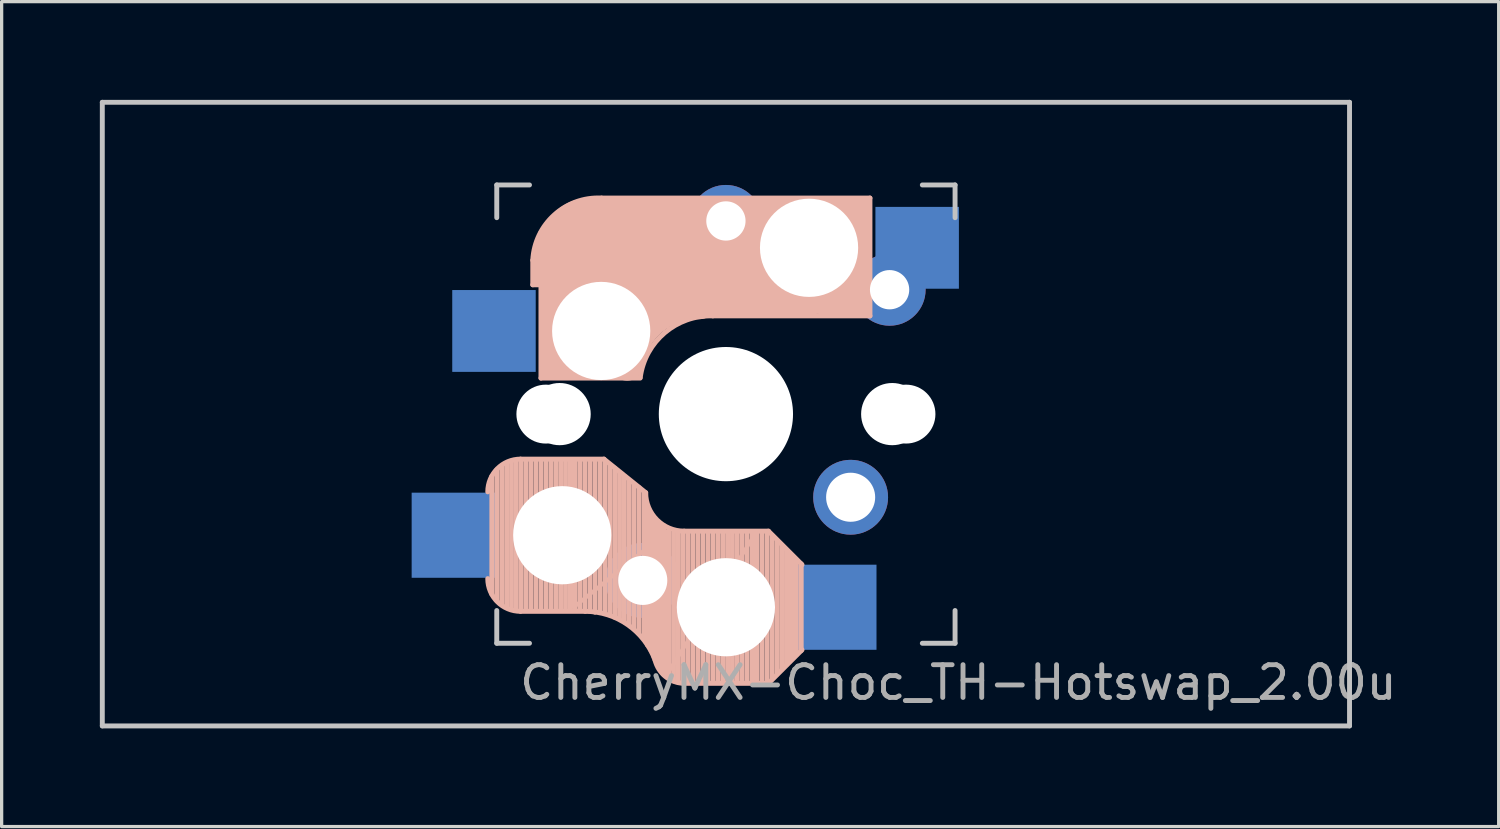
<source format=kicad_pcb>
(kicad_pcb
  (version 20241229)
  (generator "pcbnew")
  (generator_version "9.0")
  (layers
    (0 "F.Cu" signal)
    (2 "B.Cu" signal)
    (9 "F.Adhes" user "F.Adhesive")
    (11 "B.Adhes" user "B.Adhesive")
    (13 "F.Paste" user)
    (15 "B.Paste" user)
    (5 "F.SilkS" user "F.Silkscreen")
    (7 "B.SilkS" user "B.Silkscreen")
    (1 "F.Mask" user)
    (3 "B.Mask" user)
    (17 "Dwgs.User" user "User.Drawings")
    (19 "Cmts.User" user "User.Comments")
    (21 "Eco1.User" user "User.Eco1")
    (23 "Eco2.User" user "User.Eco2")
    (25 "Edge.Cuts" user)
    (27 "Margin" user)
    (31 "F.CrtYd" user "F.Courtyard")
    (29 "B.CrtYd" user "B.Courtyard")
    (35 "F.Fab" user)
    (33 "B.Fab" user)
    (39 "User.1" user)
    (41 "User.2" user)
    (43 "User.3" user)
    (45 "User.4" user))
  (footprint "CherryMX-Choc_TH-Hotswap_2.00u"
    (layer "F.Cu")
    (at 19.125 9.6)
    (property "Reference" "CherryMX-Choc_TH-Hotswap_2.00u" (at 7.1 8.2 0) (layer "F.Fab") (effects (font (size 1 1) (thickness 0.15))))
    (attr through_hole)
    (fp_line (start -7.15 5.5) (end -7.15 1.9) (stroke (width 0.15) (type solid)) (layer "B.SilkS"))
    (fp_line (start -7 5.7) (end -7 1.7) (stroke (width 0.15) (type solid)) (layer "B.SilkS"))
    (fp_line (start -6.85 5.8) (end -6.85 1.6) (stroke (width 0.15) (type solid)) (layer "B.SilkS"))
    (fp_line (start -6.7 5.9) (end -6.7 1.5) (stroke (width 0.15) (type solid)) (layer "B.SilkS"))
    (fp_line (start -6.55 5.95) (end -6.55 1.45) (stroke (width 0.15) (type solid)) (layer "B.SilkS"))
    (fp_line (start -6.4 6) (end -6.4 1.45) (stroke (width 0.15) (type solid)) (layer "B.SilkS"))
    (fp_line (start -6.25 6) (end -6.25 1.4) (stroke (width 0.15) (type solid)) (layer "B.SilkS"))
    (fp_line (start -6.1 6) (end -6.1 1.4) (stroke (width 0.15) (type solid)) (layer "B.SilkS"))
    (fp_line (start -5.95 6) (end -5.95 1.4) (stroke (width 0.15) (type solid)) (layer "B.SilkS"))
    (fp_line (start -5.9 -4.7) (end -5.9 -3.95) (stroke (width 0.15) (type solid)) (layer "B.SilkS"))
    (fp_line (start -5.9 -3.95) (end -5.7 -3.95) (stroke (width 0.15) (type solid)) (layer "B.SilkS"))
    (fp_line (start -5.8 -4.05) (end -5.8 -4.7) (stroke (width 0.3) (type solid)) (layer "B.SilkS"))
    (fp_line (start -5.8 6) (end -5.8 1.4) (stroke (width 0.15) (type solid)) (layer "B.SilkS"))
    (fp_line (start -5.65 -5.55) (end -5.65 -1.1) (stroke (width 0.15) (type solid)) (layer "B.SilkS"))
    (fp_line (start -5.65 -1.1) (end -2.62 -1.1) (stroke (width 0.15) (type solid)) (layer "B.SilkS"))
    (fp_line (start -5.65 6) (end -5.65 1.4) (stroke (width 0.15) (type solid)) (layer "B.SilkS"))
    (fp_line (start -5.5 6) (end -5.5 1.4) (stroke (width 0.15) (type solid)) (layer "B.SilkS"))
    (fp_line (start -5.45 -1.3) (end -3 -1.3) (stroke (width 0.5) (type solid)) (layer "B.SilkS"))
    (fp_line (start -5.35 6) (end -5.35 1.4) (stroke (width 0.15) (type solid)) (layer "B.SilkS"))
    (fp_line (start -5.3 -1.6) (end -5.3 -3.4) (stroke (width 0.8) (type solid)) (layer "B.SilkS"))
    (fp_line (start -5.2 6) (end -5.2 1.4) (stroke (width 0.15) (type solid)) (layer "B.SilkS"))
    (fp_line (start -5.05 6) (end -5.05 1.4) (stroke (width 0.15) (type solid)) (layer "B.SilkS"))
    (fp_line (start -4.9 6) (end -4.9 1.4) (stroke (width 0.15) (type solid)) (layer "B.SilkS"))
    (fp_line (start -4.75 6) (end -4.75 1.4) (stroke (width 0.15) (type solid)) (layer "B.SilkS"))
    (fp_line (start -4.65 5.9) (end -4.65 1.4) (stroke (width 0.12) (type solid)) (layer "B.SilkS"))
    (fp_line (start -4.6 6) (end -4.6 1.4) (stroke (width 0.15) (type solid)) (layer "B.SilkS"))
    (fp_line (start -4.45 6) (end -4.45 1.4) (stroke (width 0.15) (type solid)) (layer "B.SilkS"))
    (fp_line (start -4.3 6) (end -4.3 1.4) (stroke (width 0.15) (type solid)) (layer "B.SilkS"))
    (fp_line (start -4.3 6.025) (end -6.275 6.025) (stroke (width 0.15) (type solid)) (layer "B.SilkS"))
    (fp_line (start -4.17 -5.1) (end -4.17 -2.86) (stroke (width 3) (type solid)) (layer "B.SilkS"))
    (fp_line (start -4.15 6) (end -4.15 1.45) (stroke (width 0.15) (type solid)) (layer "B.SilkS"))
    (fp_line (start -4 6.05) (end -4 1.4) (stroke (width 0.15) (type solid)) (layer "B.SilkS"))
    (fp_line (start -3.85 6.05) (end -3.85 1.4) (stroke (width 0.15) (type solid)) (layer "B.SilkS"))
    (fp_line (start -3.725 1.375) (end -6.275 1.375) (stroke (width 0.15) (type solid)) (layer "B.SilkS"))
    (fp_line (start -3.725 1.375) (end -2.45 2.4) (stroke (width 0.15) (type solid)) (layer "B.SilkS"))
    (fp_line (start -3.7 6.05) (end -3.7 1.45) (stroke (width 0.15) (type solid)) (layer "B.SilkS"))
    (fp_line (start -3.55 6.1) (end -3.55 1.55) (stroke (width 0.15) (type solid)) (layer "B.SilkS"))
    (fp_line (start -3.4 6.2) (end -3.4 1.65) (stroke (width 0.15) (type solid)) (layer "B.SilkS"))
    (fp_line (start -3.25 6.25) (end -3.25 1.8) (stroke (width 0.15) (type solid)) (layer "B.SilkS"))
    (fp_line (start -3.1 6.35) (end -3.1 1.9) (stroke (width 0.15) (type solid)) (layer "B.SilkS"))
    (fp_line (start -2.95 6.45) (end -2.95 2.05) (stroke (width 0.15) (type solid)) (layer "B.SilkS"))
    (fp_line (start -2.8 6.55) (end -2.8 2.15) (stroke (width 0.15) (type solid)) (layer "B.SilkS"))
    (fp_line (start -2.65 6.7) (end -2.65 2.25) (stroke (width 0.15) (type solid)) (layer "B.SilkS"))
    (fp_line (start -2.5 6.85) (end -2.5 2.4) (stroke (width 0.15) (type solid)) (layer "B.SilkS"))
    (fp_line (start -2.4 7.05) (end -2.4 2.9) (stroke (width 0.15) (type solid)) (layer "B.SilkS"))
    (fp_line (start -2.3 7.2) (end -2.3 3.05) (stroke (width 0.15) (type solid)) (layer "B.SilkS"))
    (fp_line (start -2.2 7.4) (end -2.2 3.25) (stroke (width 0.15) (type solid)) (layer "B.SilkS"))
    (fp_line (start -2.1 7.55) (end -2.1 3.35) (stroke (width 0.15) (type solid)) (layer "B.SilkS"))
    (fp_line (start -2 7.8) (end -2 3.4) (stroke (width 0.15) (type solid)) (layer "B.SilkS"))
    (fp_line (start -1.9 7.95) (end -1.9 3.45) (stroke (width 0.15) (type solid)) (layer "B.SilkS"))
    (fp_line (start -1.8 3.6) (end -4.65 5.9) (stroke (width 0.12) (type solid)) (layer "B.SilkS"))
    (fp_line (start -1.8 7.95) (end -1.8 3.6) (stroke (width 0.12) (type solid)) (layer "B.SilkS"))
    (fp_line (start -1.75 8.05) (end -1.75 3.5) (stroke (width 0.15) (type solid)) (layer "B.SilkS"))
    (fp_line (start -1.6 8.15) (end -1.6 3.6) (stroke (width 0.15) (type solid)) (layer "B.SilkS"))
    (fp_line (start -1.45 8.2) (end -1.45 3.6) (stroke (width 0.15) (type solid)) (layer "B.SilkS"))
    (fp_line (start -1.3 8.2) (end -1.3 3.6) (stroke (width 0.15) (type solid)) (layer "B.SilkS"))
    (fp_line (start -1.15 8.2) (end -1.15 3.65) (stroke (width 0.15) (type solid)) (layer "B.SilkS"))
    (fp_line (start -1 8.2) (end -1 3.6) (stroke (width 0.15) (type solid)) (layer "B.SilkS"))
    (fp_line (start -0.85 8.2) (end -0.85 3.6) (stroke (width 0.15) (type solid)) (layer "B.SilkS"))
    (fp_line (start -0.7 8.2) (end -0.7 3.6) (stroke (width 0.15) (type solid)) (layer "B.SilkS"))
    (fp_line (start -0.55 8.2) (end -0.55 3.6) (stroke (width 0.15) (type solid)) (layer "B.SilkS"))
    (fp_line (start -0.4 -3) (end 4.4 -3) (stroke (width 0.15) (type solid)) (layer "B.SilkS"))
    (fp_line (start -0.4 8.2) (end -0.4 3.6) (stroke (width 0.15) (type solid)) (layer "B.SilkS"))
    (fp_line (start -0.25 8.2) (end -0.25 3.6) (stroke (width 0.15) (type solid)) (layer "B.SilkS"))
    (fp_line (start -0.1 8.2) (end -0.1 3.6) (stroke (width 0.15) (type solid)) (layer "B.SilkS"))
    (fp_line (start 0.05 8.2) (end 0.05 3.6) (stroke (width 0.15) (type solid)) (layer "B.SilkS"))
    (fp_line (start 0.2 8.2) (end 0.2 3.6) (stroke (width 0.15) (type solid)) (layer "B.SilkS"))
    (fp_line (start 0.35 8.2) (end 0.35 3.6) (stroke (width 0.15) (type solid)) (layer "B.SilkS"))
    (fp_line (start 0.5 8.2) (end 0.5 3.6) (stroke (width 0.15) (type solid)) (layer "B.SilkS"))
    (fp_line (start 0.65 8.2) (end 0.65 3.6) (stroke (width 0.15) (type solid)) (layer "B.SilkS"))
    (fp_line (start 0.8 8.2) (end 0.8 3.6) (stroke (width 0.15) (type solid)) (layer "B.SilkS"))
    (fp_line (start 0.9 3.65) (end -1.8 7.95) (stroke (width 0.12) (type solid)) (layer "B.SilkS"))
    (fp_line (start 0.9 8.1) (end 0.9 3.65) (stroke (width 0.12) (type solid)) (layer "B.SilkS"))
    (fp_line (start 0.95 8.2) (end 0.95 3.6) (stroke (width 0.15) (type solid)) (layer "B.SilkS"))
    (fp_line (start 1.1 8.2) (end 1.1 3.6) (stroke (width 0.15) (type solid)) (layer "B.SilkS"))
    (fp_line (start 1.25 8.2) (end 1.25 3.6) (stroke (width 0.15) (type solid)) (layer "B.SilkS"))
    (fp_line (start 1.3 3.575) (end -1.275 3.575) (stroke (width 0.15) (type solid)) (layer "B.SilkS"))
    (fp_line (start 1.3 3.575) (end 2.325 4.6) (stroke (width 0.15) (type solid)) (layer "B.SilkS"))
    (fp_line (start 1.3 8.225) (end -1.3 8.225) (stroke (width 0.15) (type solid)) (layer "B.SilkS"))
    (fp_line (start 1.3 8.225) (end 2.325 7.2) (stroke (width 0.15) (type solid)) (layer "B.SilkS"))
    (fp_line (start 1.4 8.1) (end 1.4 3.7) (stroke (width 0.15) (type solid)) (layer "B.SilkS"))
    (fp_line (start 1.55 7.95) (end 1.55 3.85) (stroke (width 0.15) (type solid)) (layer "B.SilkS"))
    (fp_line (start 1.7 7.8) (end 1.7 4) (stroke (width 0.15) (type solid)) (layer "B.SilkS"))
    (fp_line (start 1.85 7.65) (end 1.85 4.15) (stroke (width 0.15) (type solid)) (layer "B.SilkS"))
    (fp_line (start 1.95 7.55) (end 1.95 4.25) (stroke (width 0.15) (type solid)) (layer "B.SilkS"))
    (fp_line (start 2.05 7.45) (end 2.05 4.35) (stroke (width 0.15) (type solid)) (layer "B.SilkS"))
    (fp_line (start 2.15 7.35) (end 2.15 4.45) (stroke (width 0.15) (type solid)) (layer "B.SilkS"))
    (fp_line (start 2.3 4.575) (end 2.3 7.225) (stroke (width 0.15) (type solid)) (layer "B.SilkS"))
    (fp_line (start 2.6 -4.8) (end -4.1 -4.8) (stroke (width 3.5) (type solid)) (layer "B.SilkS"))
    (fp_line (start 3.9 -6) (end 3.9 -3.5) (stroke (width 1) (type solid)) (layer "B.SilkS"))
    (fp_line (start 4.2 -3.25) (end 2.9 -3.3) (stroke (width 0.5) (type solid)) (layer "B.SilkS"))
    (fp_line (start 4.25 -6.4) (end 3 -6.4) (stroke (width 0.4) (type solid)) (layer "B.SilkS"))
    (fp_line (start 4.38 -4) (end 4.38 -6.25) (stroke (width 0.15) (type solid)) (layer "B.SilkS"))
    (fp_line (start 4.4 -6.6) (end -3.8 -6.6) (stroke (width 0.15) (type solid)) (layer "B.SilkS"))
    (fp_line (start 4.4 -3) (end 4.4 -6.6) (stroke (width 0.15) (type solid)) (layer "B.SilkS"))
    (fp_arc (start -7.275 2.375) (mid -6.982107 1.667893) (end -6.275 1.375) (stroke (width 0.15) (type solid)) (layer "B.SilkS"))
    (fp_arc (start -6.275 6.025) (mid -6.982107 5.732107) (end -7.275 5.025) (stroke (width 0.15) (type solid)) (layer "B.SilkS"))
    (fp_arc (start -5.9 -4.699999) (mid -5.243504 -6.084924) (end -3.800001 -6.6) (stroke (width 0.15) (type solid)) (layer "B.SilkS"))
    (fp_arc (start -4.3 6.025) (mid -2.995114 6.436429) (end -2.162199 7.521904) (stroke (width 0.15) (type solid)) (layer "B.SilkS"))
    (fp_arc (start -3.016318 -1.521471) (mid -2.268709 -2.886118) (end -0.8 -3.4) (stroke (width 1) (type solid)) (layer "B.SilkS"))
    (fp_arc (start -2.616318 -1.121471) (mid -1.868709 -2.486118) (end -0.4 -3) (stroke (width 0.15) (type solid)) (layer "B.SilkS"))
    (fp_arc (start -1.300995 8.223791) (mid -1.848284 8.016021) (end -2.162199 7.521904) (stroke (width 0.15) (type solid)) (layer "B.SilkS"))
    (fp_arc (start -1.275 3.575) (mid -2.10585 3.23085) (end -2.45 2.4) (stroke (width 0.15) (type solid)) (layer "B.SilkS"))
    (fp_line (start -19.05 -9.525) (end 19.05 -9.525) (stroke (width 0.15) (type solid)) (layer "Dwgs.User"))
    (fp_line (start -19.05 9.525) (end -19.05 -9.525) (stroke (width 0.15) (type solid)) (layer "Dwgs.User"))
    (fp_line (start -7 -7) (end -6 -7) (stroke (width 0.15) (type solid)) (layer "Dwgs.User"))
    (fp_line (start -7 -6) (end -7 -7) (stroke (width 0.15) (type solid)) (layer "Dwgs.User"))
    (fp_line (start -7 6) (end -7 7) (stroke (width 0.15) (type solid)) (layer "Dwgs.User"))
    (fp_line (start -7 7) (end -6 7) (stroke (width 0.15) (type solid)) (layer "Dwgs.User"))
    (fp_line (start 6 7) (end 7 7) (stroke (width 0.15) (type solid)) (layer "Dwgs.User"))
    (fp_line (start 7 -7) (end 6 -7) (stroke (width 0.15) (type solid)) (layer "Dwgs.User"))
    (fp_line (start 7 -7) (end 7 -6) (stroke (width 0.15) (type solid)) (layer "Dwgs.User"))
    (fp_line (start 7 7) (end 7 6) (stroke (width 0.15) (type solid)) (layer "Dwgs.User"))
    (fp_line (start 19.05 -9.525) (end 19.05 9.525) (stroke (width 0.15) (type solid)) (layer "Dwgs.User"))
    (fp_line (start 19.05 9.525) (end -19.05 9.525) (stroke (width 0.15) (type solid)) (layer "Dwgs.User"))
    (pad "" np_thru_hole circle (at -5.5 0) (size 1.8 1.8) (drill 1.8) (layers "*.Cu" "*.Mask"))
    (pad "" np_thru_hole circle (at -5.22 4.2) (size 1.2 1.2) (drill 1.2) (layers "*.Cu" "*.Mask"))
    (pad "" np_thru_hole circle (at -5.08 0) (size 1.9 1.9) (drill 1.9) (layers "*.Cu" "*.Mask"))
    (pad "" np_thru_hole circle (at -5 3.7 90) (size 3 3) (drill 3) (layers "*.Cu" "*.Mask"))
    (pad "" np_thru_hole circle (at -3.81 -2.54) (size 3 3) (drill 3) (layers "*.Cu" "*.Mask"))
    (pad "" np_thru_hole circle (at 0 0) (size 3.2 3.2) (drill 3.2) (layers "*.Cu" "*.Mask"))
    (pad "" np_thru_hole circle (at 0 0 90) (size 4.1 4.1) (drill 4.1) (layers "*.Cu" "*.Mask"))
    (pad "" np_thru_hole circle (at 0 5.9 90) (size 3 3) (drill 3) (layers "*.Cu" "*.Mask"))
    (pad "" np_thru_hole circle (at 2.54 -5.08) (size 3 3) (drill 3) (layers "*.Cu" "*.Mask"))
    (pad "" np_thru_hole circle (at 5.08 0) (size 1.9 1.9) (drill 1.9) (layers "*.Cu" "*.Mask"))
    (pad "" np_thru_hole circle (at 5.5 0) (size 1.8 1.8) (drill 1.8) (layers "*.Cu" "*.Mask"))
    (pad "1" smd rect (at -8.3 3.7 180) (size 2.6 2.6) (layers "B.Cu" "B.Mask" "B.Paste"))
    (pad "1" smd rect (at -7.085 -2.54 180) (size 2.55 2.5) (layers "B.Cu" "B.Mask" "B.Paste"))
    (pad "1" thru_hole circle (at -2.54 5.08 180) (size 2.286 2.286) (drill 1.499) (layers "*.Cu" "*.Mask"))
    (pad "1" thru_hole circle (at 0 -5.9) (size 2.2 2.2) (drill 1.2) (layers "*.Cu" "B.Mask"))
    (pad "2" smd rect (at 3.3 5.9 180) (size 2.6 2.6) (layers "B.Cu" "B.Mask" "B.Paste"))
    (pad "2" thru_hole circle (at 3.81 2.54 180) (size 2.286 2.286) (drill 1.499) (layers "*.Cu" "*.Mask"))
    (pad "2" thru_hole circle (at 5 -3.8) (size 2.2 2.2) (drill 1.2) (layers "*.Cu" "B.Mask"))
    (pad "2" smd rect (at 5.842 -5.08 180) (size 2.55 2.5) (layers "B.Cu" "B.Mask" "B.Paste")))
  (gr_rect
    (start -3 -3)
    (end 42.731 22.2)
    (stroke (width 0.1) (type default))
    (fill no)
    (layer "Edge.Cuts")))
</source>
